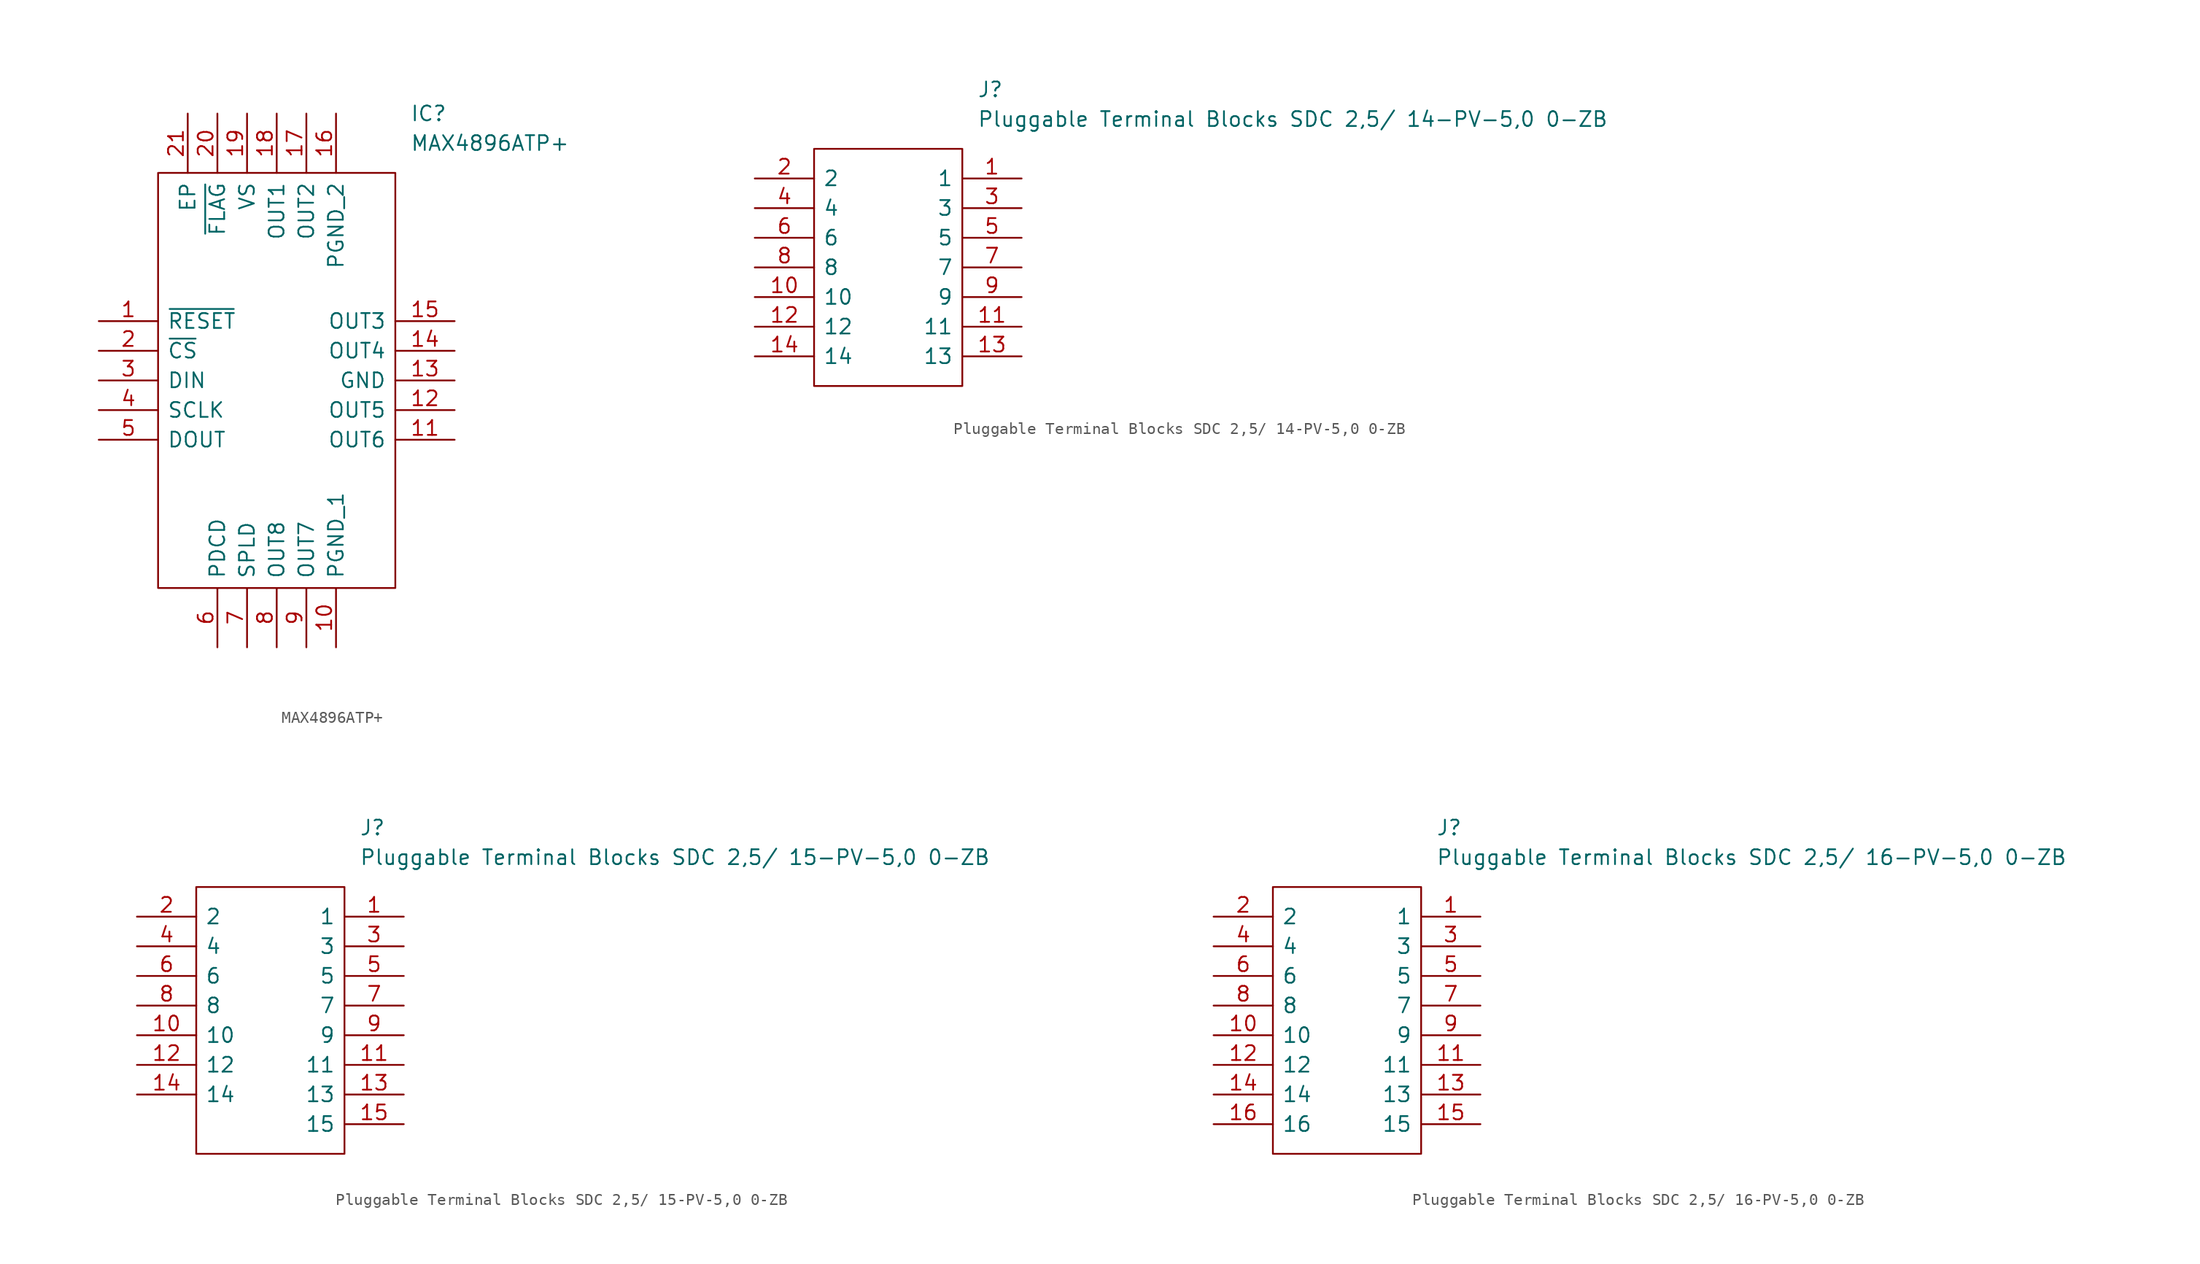
<source format=kicad_sym>
(kicad_symbol_lib
  (version 20211014)
  (generator kicad_symbol_editor)
  (symbol "MAX4896ATP+"
    (pin_names
      (offset 0.762))
    (property "Reference" "IC"
      (at 26.67 17.78 0)
      (effects (font (size 1.27 1.27)) (justify left)))
    (property "Value" "MAX4896ATP+"
      (at 26.67 15.24 0)
      (effects (font (size 1.27 1.27)) (justify left)))
    (symbol "MAX4896ATP+_0_0"
      (pin passive line (at 0 0 0) (length 5.08) (name "~{RESET}" (effects (font (size 1.27 1.27)))) (number "1" (effects (font (size 1.27 1.27)))))
      (pin passive line (at 20.32 -27.94 90) (length 5.08) (name "PGND_1" (effects (font (size 1.27 1.27)))) (number "10" (effects (font (size 1.27 1.27)))))
      (pin passive line (at 30.48 -10.16 180) (length 5.08) (name "OUT6" (effects (font (size 1.27 1.27)))) (number "11" (effects (font (size 1.27 1.27)))))
      (pin passive line (at 30.48 -7.62 180) (length 5.08) (name "OUT5" (effects (font (size 1.27 1.27)))) (number "12" (effects (font (size 1.27 1.27)))))
      (pin passive line (at 30.48 -5.08 180) (length 5.08) (name "GND" (effects (font (size 1.27 1.27)))) (number "13" (effects (font (size 1.27 1.27)))))
      (pin passive line (at 30.48 -2.54 180) (length 5.08) (name "OUT4" (effects (font (size 1.27 1.27)))) (number "14" (effects (font (size 1.27 1.27)))))
      (pin passive line (at 30.48 0 180) (length 5.08) (name "OUT3" (effects (font (size 1.27 1.27)))) (number "15" (effects (font (size 1.27 1.27)))))
      (pin passive line (at 20.32 17.78 270) (length 5.08) (name "PGND_2" (effects (font (size 1.27 1.27)))) (number "16" (effects (font (size 1.27 1.27)))))
      (pin passive line (at 17.78 17.78 270) (length 5.08) (name "OUT2" (effects (font (size 1.27 1.27)))) (number "17" (effects (font (size 1.27 1.27)))))
      (pin passive line (at 15.24 17.78 270) (length 5.08) (name "OUT1" (effects (font (size 1.27 1.27)))) (number "18" (effects (font (size 1.27 1.27)))))
      (pin passive line (at 12.7 17.78 270) (length 5.08) (name "VS" (effects (font (size 1.27 1.27)))) (number "19" (effects (font (size 1.27 1.27)))))
      (pin passive line (at 0 -2.54 0) (length 5.08) (name "~{CS}" (effects (font (size 1.27 1.27)))) (number "2" (effects (font (size 1.27 1.27)))))
      (pin passive line (at 10.16 17.78 270) (length 5.08) (name "~{FLAG}" (effects (font (size 1.27 1.27)))) (number "20" (effects (font (size 1.27 1.27)))))
      (pin passive line (at 7.62 17.78 270) (length 5.08) (name "EP" (effects (font (size 1.27 1.27)))) (number "21" (effects (font (size 1.27 1.27)))))
      (pin passive line (at 0 -5.08 0) (length 5.08) (name "DIN" (effects (font (size 1.27 1.27)))) (number "3" (effects (font (size 1.27 1.27)))))
      (pin passive line (at 0 -7.62 0) (length 5.08) (name "SCLK" (effects (font (size 1.27 1.27)))) (number "4" (effects (font (size 1.27 1.27)))))
      (pin passive line (at 0 -10.16 0) (length 5.08) (name "DOUT" (effects (font (size 1.27 1.27)))) (number "5" (effects (font (size 1.27 1.27)))))
      (pin passive line (at 10.16 -27.94 90) (length 5.08) (name "PDCD" (effects (font (size 1.27 1.27)))) (number "6" (effects (font (size 1.27 1.27)))))
      (pin passive line (at 12.7 -27.94 90) (length 5.08) (name "SPLD" (effects (font (size 1.27 1.27)))) (number "7" (effects (font (size 1.27 1.27)))))
      (pin passive line (at 15.24 -27.94 90) (length 5.08) (name "OUT8" (effects (font (size 1.27 1.27)))) (number "8" (effects (font (size 1.27 1.27)))))
      (pin passive line (at 17.78 -27.94 90) (length 5.08) (name "OUT7" (effects (font (size 1.27 1.27)))) (number "9" (effects (font (size 1.27 1.27))))))
    (symbol "MAX4896ATP+_0_1"
      (polyline (pts (xy 5.08 12.7) (xy 25.4 12.7) (xy 25.4 -22.86) (xy 5.08 -22.86) (xy 5.08 12.7)) (stroke (width 0.152) (type default) (color 0 0 0 0)) (fill (type none)))))
  (symbol "Pluggable Terminal Blocks SDC 2,5/ 14-PV-5,0 0-ZB"
    (pin_names
      (offset 0.762))
    (property "Reference" "J"
      (at 19.05 7.62 0)
      (effects (font (size 1.27 1.27)) (justify left)))
    (property "Value" "Pluggable Terminal Blocks SDC 2,5/ 14-PV-5,0 0-ZB"
      (at 19.05 5.08 0)
      (effects (font (size 1.27 1.27)) (justify left)))
    (symbol "Pluggable Terminal Blocks SDC 2,5/ 14-PV-5,0 0-ZB_0_0"
      (pin passive line (at 22.86 0 180) (length 5.08) (name "1" (effects (font (size 1.27 1.27)))) (number "1" (effects (font (size 1.27 1.27)))))
      (pin passive line (at 0 -10.16 0) (length 5.08) (name "10" (effects (font (size 1.27 1.27)))) (number "10" (effects (font (size 1.27 1.27)))))
      (pin passive line (at 22.86 -12.7 180) (length 5.08) (name "11" (effects (font (size 1.27 1.27)))) (number "11" (effects (font (size 1.27 1.27)))))
      (pin passive line (at 0 -12.7 0) (length 5.08) (name "12" (effects (font (size 1.27 1.27)))) (number "12" (effects (font (size 1.27 1.27)))))
      (pin passive line (at 22.86 -15.24 180) (length 5.08) (name "13" (effects (font (size 1.27 1.27)))) (number "13" (effects (font (size 1.27 1.27)))))
      (pin passive line (at 0 -15.24 0) (length 5.08) (name "14" (effects (font (size 1.27 1.27)))) (number "14" (effects (font (size 1.27 1.27)))))
      (pin passive line (at 0 0 0) (length 5.08) (name "2" (effects (font (size 1.27 1.27)))) (number "2" (effects (font (size 1.27 1.27)))))
      (pin passive line (at 22.86 -2.54 180) (length 5.08) (name "3" (effects (font (size 1.27 1.27)))) (number "3" (effects (font (size 1.27 1.27)))))
      (pin passive line (at 0 -2.54 0) (length 5.08) (name "4" (effects (font (size 1.27 1.27)))) (number "4" (effects (font (size 1.27 1.27)))))
      (pin passive line (at 22.86 -5.08 180) (length 5.08) (name "5" (effects (font (size 1.27 1.27)))) (number "5" (effects (font (size 1.27 1.27)))))
      (pin passive line (at 0 -5.08 0) (length 5.08) (name "6" (effects (font (size 1.27 1.27)))) (number "6" (effects (font (size 1.27 1.27)))))
      (pin passive line (at 22.86 -7.62 180) (length 5.08) (name "7" (effects (font (size 1.27 1.27)))) (number "7" (effects (font (size 1.27 1.27)))))
      (pin passive line (at 0 -7.62 0) (length 5.08) (name "8" (effects (font (size 1.27 1.27)))) (number "8" (effects (font (size 1.27 1.27)))))
      (pin passive line (at 22.86 -10.16 180) (length 5.08) (name "9" (effects (font (size 1.27 1.27)))) (number "9" (effects (font (size 1.27 1.27))))))
    (symbol "Pluggable Terminal Blocks SDC 2,5/ 14-PV-5,0 0-ZB_0_1"
      (polyline (pts (xy 5.08 2.54) (xy 17.78 2.54) (xy 17.78 -17.78) (xy 5.08 -17.78) (xy 5.08 2.54)) (stroke (width 0.152) (type default) (color 0 0 0 0)) (fill (type none)))))
  (symbol "Pluggable Terminal Blocks SDC 2,5/ 15-PV-5,0 0-ZB"
    (pin_names
      (offset 0.762))
    (property "Reference" "J"
      (at 19.05 7.62 0)
      (effects (font (size 1.27 1.27)) (justify left)))
    (property "Value" "Pluggable Terminal Blocks SDC 2,5/ 15-PV-5,0 0-ZB"
      (at 19.05 5.08 0)
      (effects (font (size 1.27 1.27)) (justify left)))
    (symbol "Pluggable Terminal Blocks SDC 2,5/ 15-PV-5,0 0-ZB_0_0"
      (pin passive line (at 22.86 0 180) (length 5.08) (name "1" (effects (font (size 1.27 1.27)))) (number "1" (effects (font (size 1.27 1.27)))))
      (pin passive line (at 0 -10.16 0) (length 5.08) (name "10" (effects (font (size 1.27 1.27)))) (number "10" (effects (font (size 1.27 1.27)))))
      (pin passive line (at 22.86 -12.7 180) (length 5.08) (name "11" (effects (font (size 1.27 1.27)))) (number "11" (effects (font (size 1.27 1.27)))))
      (pin passive line (at 0 -12.7 0) (length 5.08) (name "12" (effects (font (size 1.27 1.27)))) (number "12" (effects (font (size 1.27 1.27)))))
      (pin passive line (at 22.86 -15.24 180) (length 5.08) (name "13" (effects (font (size 1.27 1.27)))) (number "13" (effects (font (size 1.27 1.27)))))
      (pin passive line (at 0 -15.24 0) (length 5.08) (name "14" (effects (font (size 1.27 1.27)))) (number "14" (effects (font (size 1.27 1.27)))))
      (pin passive line (at 22.86 -17.78 180) (length 5.08) (name "15" (effects (font (size 1.27 1.27)))) (number "15" (effects (font (size 1.27 1.27)))))
      (pin passive line (at 0 0 0) (length 5.08) (name "2" (effects (font (size 1.27 1.27)))) (number "2" (effects (font (size 1.27 1.27)))))
      (pin passive line (at 22.86 -2.54 180) (length 5.08) (name "3" (effects (font (size 1.27 1.27)))) (number "3" (effects (font (size 1.27 1.27)))))
      (pin passive line (at 0 -2.54 0) (length 5.08) (name "4" (effects (font (size 1.27 1.27)))) (number "4" (effects (font (size 1.27 1.27)))))
      (pin passive line (at 22.86 -5.08 180) (length 5.08) (name "5" (effects (font (size 1.27 1.27)))) (number "5" (effects (font (size 1.27 1.27)))))
      (pin passive line (at 0 -5.08 0) (length 5.08) (name "6" (effects (font (size 1.27 1.27)))) (number "6" (effects (font (size 1.27 1.27)))))
      (pin passive line (at 22.86 -7.62 180) (length 5.08) (name "7" (effects (font (size 1.27 1.27)))) (number "7" (effects (font (size 1.27 1.27)))))
      (pin passive line (at 0 -7.62 0) (length 5.08) (name "8" (effects (font (size 1.27 1.27)))) (number "8" (effects (font (size 1.27 1.27)))))
      (pin passive line (at 22.86 -10.16 180) (length 5.08) (name "9" (effects (font (size 1.27 1.27)))) (number "9" (effects (font (size 1.27 1.27))))))
    (symbol "Pluggable Terminal Blocks SDC 2,5/ 15-PV-5,0 0-ZB_0_1"
      (polyline (pts (xy 5.08 2.54) (xy 17.78 2.54) (xy 17.78 -20.32) (xy 5.08 -20.32) (xy 5.08 2.54)) (stroke (width 0.152) (type default) (color 0 0 0 0)) (fill (type none)))))
  (symbol "Pluggable Terminal Blocks SDC 2,5/ 16-PV-5,0 0-ZB"
    (pin_names
      (offset 0.762))
    (property "Reference" "J"
      (at 19.05 7.62 0)
      (effects (font (size 1.27 1.27)) (justify left)))
    (property "Value" "Pluggable Terminal Blocks SDC 2,5/ 16-PV-5,0 0-ZB"
      (at 19.05 5.08 0)
      (effects (font (size 1.27 1.27)) (justify left)))
    (symbol "Pluggable Terminal Blocks SDC 2,5/ 16-PV-5,0 0-ZB_0_0"
      (pin passive line (at 22.86 0 180) (length 5.08) (name "1" (effects (font (size 1.27 1.27)))) (number "1" (effects (font (size 1.27 1.27)))))
      (pin passive line (at 0 -10.16 0) (length 5.08) (name "10" (effects (font (size 1.27 1.27)))) (number "10" (effects (font (size 1.27 1.27)))))
      (pin passive line (at 22.86 -12.7 180) (length 5.08) (name "11" (effects (font (size 1.27 1.27)))) (number "11" (effects (font (size 1.27 1.27)))))
      (pin passive line (at 0 -12.7 0) (length 5.08) (name "12" (effects (font (size 1.27 1.27)))) (number "12" (effects (font (size 1.27 1.27)))))
      (pin passive line (at 22.86 -15.24 180) (length 5.08) (name "13" (effects (font (size 1.27 1.27)))) (number "13" (effects (font (size 1.27 1.27)))))
      (pin passive line (at 0 -15.24 0) (length 5.08) (name "14" (effects (font (size 1.27 1.27)))) (number "14" (effects (font (size 1.27 1.27)))))
      (pin passive line (at 22.86 -17.78 180) (length 5.08) (name "15" (effects (font (size 1.27 1.27)))) (number "15" (effects (font (size 1.27 1.27)))))
      (pin passive line (at 0 -17.78 0) (length 5.08) (name "16" (effects (font (size 1.27 1.27)))) (number "16" (effects (font (size 1.27 1.27)))))
      (pin passive line (at 0 0 0) (length 5.08) (name "2" (effects (font (size 1.27 1.27)))) (number "2" (effects (font (size 1.27 1.27)))))
      (pin passive line (at 22.86 -2.54 180) (length 5.08) (name "3" (effects (font (size 1.27 1.27)))) (number "3" (effects (font (size 1.27 1.27)))))
      (pin passive line (at 0 -2.54 0) (length 5.08) (name "4" (effects (font (size 1.27 1.27)))) (number "4" (effects (font (size 1.27 1.27)))))
      (pin passive line (at 22.86 -5.08 180) (length 5.08) (name "5" (effects (font (size 1.27 1.27)))) (number "5" (effects (font (size 1.27 1.27)))))
      (pin passive line (at 0 -5.08 0) (length 5.08) (name "6" (effects (font (size 1.27 1.27)))) (number "6" (effects (font (size 1.27 1.27)))))
      (pin passive line (at 22.86 -7.62 180) (length 5.08) (name "7" (effects (font (size 1.27 1.27)))) (number "7" (effects (font (size 1.27 1.27)))))
      (pin passive line (at 0 -7.62 0) (length 5.08) (name "8" (effects (font (size 1.27 1.27)))) (number "8" (effects (font (size 1.27 1.27)))))
      (pin passive line (at 22.86 -10.16 180) (length 5.08) (name "9" (effects (font (size 1.27 1.27)))) (number "9" (effects (font (size 1.27 1.27))))))
    (symbol "Pluggable Terminal Blocks SDC 2,5/ 16-PV-5,0 0-ZB_0_1"
      (polyline (pts (xy 5.08 2.54) (xy 17.78 2.54) (xy 17.78 -20.32) (xy 5.08 -20.32) (xy 5.08 2.54)) (stroke (width 0.152) (type default) (color 0 0 0 0)) (fill (type none))))))
</source>
